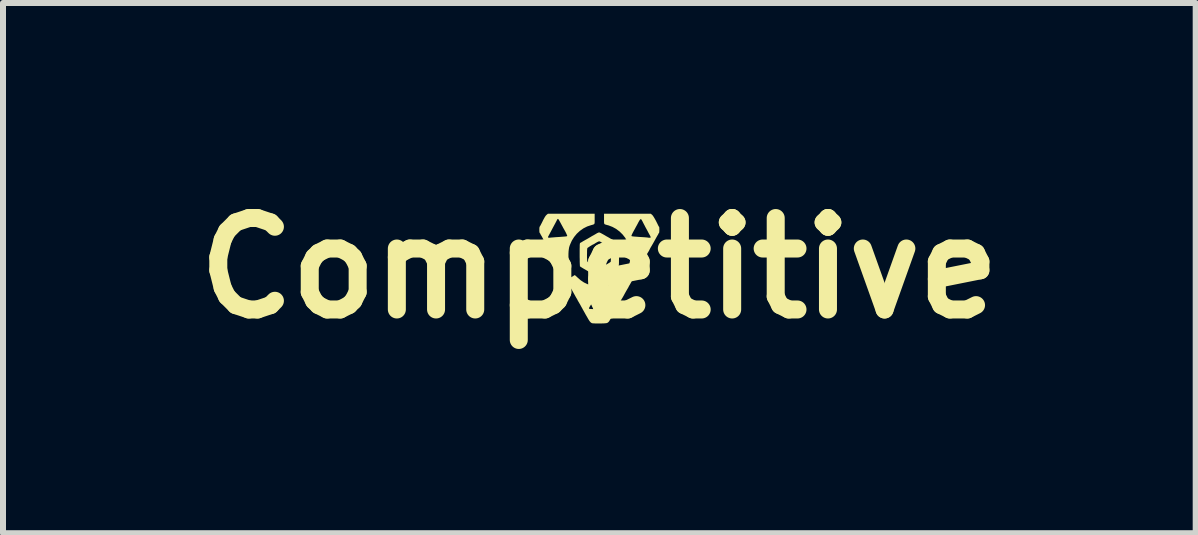
<source format=kicad_pcb>
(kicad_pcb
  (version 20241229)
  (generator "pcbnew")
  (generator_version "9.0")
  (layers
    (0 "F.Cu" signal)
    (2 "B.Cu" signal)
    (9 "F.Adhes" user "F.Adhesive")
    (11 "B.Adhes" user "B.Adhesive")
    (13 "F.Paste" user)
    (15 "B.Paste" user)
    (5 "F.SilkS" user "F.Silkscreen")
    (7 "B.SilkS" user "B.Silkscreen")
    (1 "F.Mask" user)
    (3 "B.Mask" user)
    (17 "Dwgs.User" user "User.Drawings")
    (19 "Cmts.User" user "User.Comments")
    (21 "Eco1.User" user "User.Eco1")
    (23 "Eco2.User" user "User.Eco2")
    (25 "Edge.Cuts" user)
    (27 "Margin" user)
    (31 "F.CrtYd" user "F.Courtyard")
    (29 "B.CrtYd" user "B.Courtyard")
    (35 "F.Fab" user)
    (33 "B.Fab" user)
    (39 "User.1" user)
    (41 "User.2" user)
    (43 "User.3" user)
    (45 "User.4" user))
  (footprint "Competitive"
    (layer "F.Cu")
    (at 6.938 1.418)
    (property "Reference" "Competitive" (at 0 0 0) (layer "F.SilkS") (effects (font (size 1.524 1.524) (thickness 0.3))))
    (attr board_only exclude_from_pos_files exclude_from_bom)
    (fp_poly (pts (xy -0.078 -0.82) (xy -0.078 -0.787) (xy -0.078 -0.763) (xy -0.08 -0.747) (xy -0.084 -0.737) (xy -0.092 -0.73) (xy -0.104 -0.725) (xy -0.122 -0.72) (xy -0.137 -0.716) (xy -0.203 -0.694) (xy -0.266 -0.662) (xy -0.324 -0.621) (xy -0.376 -0.573) (xy -0.421 -0.518) (xy -0.458 -0.459) (xy -0.465 -0.444) (xy -0.482 -0.406) (xy -0.495 -0.374) (xy -0.504 -0.344) (xy -0.509 -0.313) (xy -0.513 -0.279) (xy -0.515 -0.237) (xy -0.515 -0.231) (xy -0.515 -0.173) (xy -0.511 -0.124) (xy -0.504 -0.083) (xy -0.492 -0.047) (xy -0.491 -0.046) (xy -0.486 -0.032) (xy -0.483 -0.023) (xy -0.483 -0.022) (xy -0.488 -0.018) (xy -0.5 -0.009) (xy -0.517 0.003) (xy -0.538 0.016) (xy -0.56 0.03) (xy -0.582 0.042) (xy -0.6 0.053) (xy -0.613 0.059) (xy -0.619 0.061) (xy -0.629 0.057) (xy -0.632 0.054) (xy -0.637 0.047) (xy -0.644 0.034) (xy -0.656 0.014) (xy -0.671 -0.014) (xy -0.685 -0.039) (xy -0.694 -0.056) (xy -0.707 -0.079) (xy -0.722 -0.106) (xy -0.738 -0.133) (xy -0.753 -0.16) (xy -0.767 -0.185) (xy -0.779 -0.207) (xy -0.788 -0.222) (xy -0.788 -0.222) (xy -0.799 -0.242) (xy -0.81 -0.261) (xy -0.814 -0.267) (xy -0.824 -0.284) (xy -0.835 -0.304) (xy -0.838 -0.311) (xy -0.847 -0.328) (xy -0.855 -0.343) (xy -0.857 -0.347) (xy -0.878 -0.381) (xy -0.9 -0.421) (xy -0.927 -0.468) (xy -0.938 -0.489) (xy -0.95 -0.51) (xy -0.952 -0.514) (xy -0.856 -0.514) (xy -0.851 -0.508) (xy -0.837 -0.506) (xy -0.815 -0.508) (xy -0.794 -0.51) (xy -0.765 -0.512) (xy -0.733 -0.515) (xy -0.7 -0.517) (xy -0.7 -0.517) (xy -0.653 -0.52) (xy -0.616 -0.523) (xy -0.588 -0.525) (xy -0.567 -0.527) (xy -0.552 -0.529) (xy -0.543 -0.531) (xy -0.538 -0.533) (xy -0.536 -0.536) (xy -0.535 -0.536) (xy -0.537 -0.544) (xy -0.543 -0.558) (xy -0.552 -0.579) (xy -0.564 -0.603) (xy -0.578 -0.628) (xy -0.592 -0.653) (xy -0.597 -0.662) (xy -0.603 -0.672) (xy -0.611 -0.688) (xy -0.62 -0.704) (xy -0.642 -0.745) (xy -0.66 -0.778) (xy -0.673 -0.801) (xy -0.682 -0.814) (xy -0.686 -0.818) (xy -0.691 -0.82) (xy -0.697 -0.817) (xy -0.704 -0.806) (xy -0.712 -0.79) (xy -0.721 -0.773) (xy -0.733 -0.75) (xy -0.746 -0.726) (xy -0.751 -0.717) (xy -0.766 -0.689) (xy -0.783 -0.657) (xy -0.799 -0.627) (xy -0.803 -0.619) (xy -0.816 -0.595) (xy -0.828 -0.572) (xy -0.839 -0.552) (xy -0.842 -0.546) (xy -0.853 -0.526) (xy -0.856 -0.514) (xy -0.952 -0.514) (xy -0.961 -0.531) (xy -0.97 -0.546) (xy -0.978 -0.559) (xy -0.983 -0.569) (xy -0.983 -0.571) (xy -0.987 -0.579) (xy -0.992 -0.583) (xy -0.996 -0.59) (xy -0.999 -0.603) (xy -1 -0.625) (xy -1 -0.639) (xy -1 -0.661) (xy -0.998 -0.678) (xy -0.996 -0.688) (xy -0.995 -0.69) (xy -0.991 -0.695) (xy -0.983 -0.708) (xy -0.974 -0.725) (xy -0.952 -0.768) (xy -0.935 -0.803) (xy -0.92 -0.83) (xy -0.909 -0.85) (xy -0.899 -0.865) (xy -0.891 -0.876) (xy -0.883 -0.884) (xy -0.878 -0.889) (xy -0.857 -0.906) (xy -0.078 -0.906)) (stroke (width 0) (type solid)) (fill yes) (layer "F.SilkS"))
    (fp_poly (pts (xy 0.878 -0.889) (xy 0.89 -0.876) (xy 0.905 -0.854) (xy 0.923 -0.824) (xy 0.943 -0.788) (xy 0.964 -0.746) (xy 0.983 -0.707) (xy 0.989 -0.695) (xy 0.995 -0.689) (xy 0.996 -0.689) (xy 0.998 -0.684) (xy 0.999 -0.67) (xy 1 -0.65) (xy 1 -0.64) (xy 0.999 -0.613) (xy 0.998 -0.596) (xy 0.994 -0.586) (xy 0.992 -0.583) (xy 0.985 -0.575) (xy 0.983 -0.571) (xy 0.981 -0.564) (xy 0.974 -0.551) (xy 0.97 -0.546) (xy 0.961 -0.53) (xy 0.949 -0.509) (xy 0.938 -0.489) (xy 0.91 -0.438) (xy 0.886 -0.396) (xy 0.865 -0.36) (xy 0.857 -0.347) (xy 0.851 -0.336) (xy 0.842 -0.319) (xy 0.838 -0.311) (xy 0.828 -0.291) (xy 0.817 -0.272) (xy 0.814 -0.267) (xy 0.803 -0.25) (xy 0.792 -0.229) (xy 0.788 -0.222) (xy 0.78 -0.208) (xy 0.768 -0.186) (xy 0.753 -0.161) (xy 0.738 -0.134) (xy 0.738 -0.133) (xy 0.722 -0.106) (xy 0.707 -0.079) (xy 0.694 -0.056) (xy 0.685 -0.039) (xy 0.666 -0.005) (xy 0.653 0.02) (xy 0.642 0.038) (xy 0.635 0.049) (xy 0.629 0.056) (xy 0.625 0.06) (xy 0.621 0.061) (xy 0.617 0.061) (xy 0.609 0.058) (xy 0.594 0.05) (xy 0.574 0.038) (xy 0.551 0.024) (xy 0.549 0.023) (xy 0.526 0.009) (xy 0.507 -0.004) (xy 0.493 -0.013) (xy 0.486 -0.018) (xy 0.486 -0.018) (xy 0.485 -0.025) (xy 0.488 -0.038) (xy 0.49 -0.043) (xy 0.502 -0.078) (xy 0.51 -0.117) (xy 0.515 -0.162) (xy 0.515 -0.215) (xy 0.515 -0.231) (xy 0.513 -0.274) (xy 0.51 -0.309) (xy 0.505 -0.34) (xy 0.496 -0.37) (xy 0.484 -0.402) (xy 0.468 -0.439) (xy 0.465 -0.444) (xy 0.431 -0.505) (xy 0.405 -0.538) (xy 0.535 -0.538) (xy 0.535 -0.536) (xy 0.537 -0.534) (xy 0.54 -0.532) (xy 0.546 -0.53) (xy 0.555 -0.529) (xy 0.57 -0.527) (xy 0.592 -0.525) (xy 0.621 -0.523) (xy 0.658 -0.52) (xy 0.705 -0.517) (xy 0.708 -0.517) (xy 0.74 -0.515) (xy 0.767 -0.513) (xy 0.789 -0.511) (xy 0.804 -0.509) (xy 0.808 -0.509) (xy 0.817 -0.507) (xy 0.832 -0.506) (xy 0.835 -0.506) (xy 0.85 -0.507) (xy 0.855 -0.512) (xy 0.856 -0.514) (xy 0.853 -0.524) (xy 0.847 -0.538) (xy 0.845 -0.541) (xy 0.838 -0.554) (xy 0.827 -0.573) (xy 0.814 -0.597) (xy 0.805 -0.615) (xy 0.791 -0.641) (xy 0.776 -0.668) (xy 0.763 -0.692) (xy 0.758 -0.703) (xy 0.746 -0.725) (xy 0.732 -0.752) (xy 0.72 -0.776) (xy 0.709 -0.796) (xy 0.701 -0.809) (xy 0.694 -0.816) (xy 0.686 -0.815) (xy 0.677 -0.807) (xy 0.666 -0.79) (xy 0.651 -0.764) (xy 0.635 -0.733) (xy 0.622 -0.709) (xy 0.609 -0.686) (xy 0.599 -0.667) (xy 0.596 -0.661) (xy 0.573 -0.62) (xy 0.556 -0.588) (xy 0.544 -0.564) (xy 0.537 -0.547) (xy 0.535 -0.538) (xy 0.405 -0.538) (xy 0.388 -0.56) (xy 0.337 -0.61) (xy 0.28 -0.653) (xy 0.218 -0.687) (xy 0.153 -0.712) (xy 0.137 -0.716) (xy 0.115 -0.722) (xy 0.099 -0.727) (xy 0.088 -0.732) (xy 0.082 -0.74) (xy 0.079 -0.752) (xy 0.078 -0.771) (xy 0.078 -0.798) (xy 0.078 -0.82) (xy 0.078 -0.906) (xy 0.857 -0.906)) (stroke (width 0) (type solid)) (fill yes) (layer "F.SilkS"))
    (fp_poly (pts (xy -0.001 -0.594) (xy 0.004 -0.593) (xy 0.011 -0.59) (xy 0.022 -0.585) (xy 0.037 -0.577) (xy 0.057 -0.566) (xy 0.084 -0.551) (xy 0.119 -0.53) (xy 0.136 -0.521) (xy 0.164 -0.505) (xy 0.189 -0.49) (xy 0.209 -0.479) (xy 0.223 -0.471) (xy 0.228 -0.468) (xy 0.24 -0.461) (xy 0.258 -0.451) (xy 0.269 -0.444) (xy 0.287 -0.434) (xy 0.302 -0.425) (xy 0.309 -0.421) (xy 0.32 -0.412) (xy 0.324 -0.403) (xy 0.325 -0.395) (xy 0.326 -0.377) (xy 0.327 -0.351) (xy 0.327 -0.318) (xy 0.327 -0.28) (xy 0.328 -0.237) (xy 0.328 -0.216) (xy 0.328 -0.164) (xy 0.327 -0.122) (xy 0.327 -0.089) (xy 0.326 -0.064) (xy 0.324 -0.047) (xy 0.323 -0.037) (xy 0.321 -0.032) (xy 0.313 -0.026) (xy 0.298 -0.016) (xy 0.279 -0.004) (xy 0.269 0.001) (xy 0.248 0.013) (xy 0.22 0.029) (xy 0.189 0.047) (xy 0.158 0.065) (xy 0.15 0.07) (xy 0.123 0.085) (xy 0.098 0.099) (xy 0.078 0.111) (xy 0.065 0.119) (xy 0.061 0.121) (xy 0.048 0.128) (xy 0.03 0.138) (xy 0.025 0.142) (xy 0.011 0.15) (xy -0.000242 0.155) (xy -0.003 0.155) (xy -0.01 0.153) (xy -0.024 0.146) (xy -0.043 0.136) (xy -0.051 0.131) (xy -0.071 0.119) (xy -0.086 0.111) (xy -0.095 0.106) (xy -0.097 0.106) (xy -0.103 0.103) (xy -0.115 0.096) (xy -0.132 0.086) (xy -0.135 0.084) (xy -0.154 0.073) (xy -0.178 0.058) (xy -0.207 0.041) (xy -0.236 0.024) (xy -0.245 0.019) (xy -0.271 0.004) (xy -0.294 -0.01) (xy -0.311 -0.021) (xy -0.321 -0.028) (xy -0.324 -0.03) (xy -0.324 -0.037) (xy -0.325 -0.053) (xy -0.326 -0.078) (xy -0.327 -0.111) (xy -0.327 -0.149) (xy -0.328 -0.181) (xy -0.206 -0.181) (xy -0.205 -0.153) (xy -0.204 -0.132) (xy -0.201 -0.117) (xy -0.197 -0.107) (xy -0.19 -0.099) (xy -0.18 -0.092) (xy -0.167 -0.085) (xy -0.164 -0.083) (xy -0.146 -0.073) (xy -0.128 -0.063) (xy -0.125 -0.061) (xy -0.109 -0.051) (xy -0.09 -0.041) (xy -0.088 -0.04) (xy -0.066 -0.027) (xy -0.051 -0.019) (xy -0.04 -0.012) (xy -0.031 -0.006) (xy -0.028 -0.004) (xy -0.016 0.003) (xy -0.005 0.005) (xy 0.01 -0.000074) (xy 0.024 -0.007) (xy 0.069 -0.033) (xy 0.106 -0.054) (xy 0.135 -0.07) (xy 0.156 -0.083) (xy 0.171 -0.092) (xy 0.181 -0.099) (xy 0.187 -0.103) (xy 0.188 -0.104) (xy 0.19 -0.112) (xy 0.191 -0.129) (xy 0.193 -0.153) (xy 0.194 -0.182) (xy 0.194 -0.213) (xy 0.195 -0.245) (xy 0.194 -0.275) (xy 0.194 -0.301) (xy 0.193 -0.322) (xy 0.191 -0.334) (xy 0.19 -0.337) (xy 0.183 -0.343) (xy 0.17 -0.352) (xy 0.164 -0.355) (xy 0.148 -0.364) (xy 0.136 -0.371) (xy 0.133 -0.372) (xy 0.113 -0.385) (xy 0.09 -0.398) (xy 0.065 -0.412) (xy 0.043 -0.425) (xy 0.024 -0.436) (xy 0.012 -0.442) (xy 0.01 -0.443) (xy 0.001 -0.446) (xy -0.009 -0.445) (xy -0.022 -0.44) (xy -0.04 -0.431) (xy -0.064 -0.417) (xy -0.079 -0.407) (xy -0.092 -0.4) (xy -0.101 -0.395) (xy -0.102 -0.394) (xy -0.109 -0.392) (xy -0.123 -0.384) (xy -0.14 -0.374) (xy -0.159 -0.362) (xy -0.177 -0.35) (xy -0.191 -0.341) (xy -0.198 -0.335) (xy -0.199 -0.334) (xy -0.201 -0.327) (xy -0.203 -0.313) (xy -0.205 -0.29) (xy -0.205 -0.258) (xy -0.206 -0.219) (xy -0.206 -0.181) (xy -0.328 -0.181) (xy -0.328 -0.191) (xy -0.328 -0.227) (xy -0.328 -0.278) (xy -0.328 -0.319) (xy -0.327 -0.351) (xy -0.327 -0.376) (xy -0.326 -0.394) (xy -0.325 -0.406) (xy -0.323 -0.414) (xy -0.321 -0.418) (xy -0.319 -0.42) (xy -0.318 -0.421) (xy -0.306 -0.426) (xy -0.294 -0.434) (xy -0.282 -0.441) (xy -0.264 -0.452) (xy -0.251 -0.459) (xy -0.234 -0.469) (xy -0.219 -0.477) (xy -0.212 -0.481) (xy -0.203 -0.486) (xy -0.187 -0.495) (xy -0.169 -0.506) (xy -0.151 -0.516) (xy -0.135 -0.526) (xy -0.125 -0.532) (xy -0.112 -0.539) (xy -0.106 -0.543) (xy -0.097 -0.547) (xy -0.082 -0.556) (xy -0.063 -0.567) (xy -0.058 -0.57) (xy -0.038 -0.582) (xy -0.02 -0.59) (xy -0.008 -0.594) (xy -0.006 -0.594)) (stroke (width 0) (type solid)) (fill yes) (layer "F.SilkS"))
    (fp_poly (pts (xy 0.418 0.12) (xy 0.428 0.127) (xy 0.441 0.136) (xy 0.45 0.141) (xy 0.462 0.147) (xy 0.469 0.152) (xy 0.48 0.158) (xy 0.496 0.167) (xy 0.512 0.177) (xy 0.529 0.187) (xy 0.54 0.197) (xy 0.544 0.203) (xy 0.542 0.211) (xy 0.536 0.225) (xy 0.524 0.247) (xy 0.508 0.276) (xy 0.499 0.29) (xy 0.491 0.305) (xy 0.485 0.316) (xy 0.483 0.32) (xy 0.481 0.326) (xy 0.474 0.337) (xy 0.47 0.343) (xy 0.458 0.364) (xy 0.443 0.39) (xy 0.424 0.424) (xy 0.407 0.456) (xy 0.395 0.477) (xy 0.383 0.498) (xy 0.374 0.512) (xy 0.366 0.525) (xy 0.362 0.534) (xy 0.361 0.536) (xy 0.358 0.541) (xy 0.351 0.554) (xy 0.341 0.572) (xy 0.336 0.58) (xy 0.325 0.599) (xy 0.316 0.615) (xy 0.312 0.624) (xy 0.311 0.625) (xy 0.308 0.631) (xy 0.302 0.643) (xy 0.298 0.649) (xy 0.289 0.664) (xy 0.277 0.685) (xy 0.265 0.706) (xy 0.245 0.743) (xy 0.229 0.772) (xy 0.218 0.792) (xy 0.211 0.802) (xy 0.211 0.803) (xy 0.207 0.81) (xy 0.198 0.824) (xy 0.189 0.842) (xy 0.175 0.866) (xy 0.164 0.885) (xy 0.152 0.899) (xy 0.14 0.909) (xy 0.124 0.916) (xy 0.103 0.919) (xy 0.076 0.921) (xy 0.042 0.922) (xy 0 0.922) (xy -0.04 0.922) (xy -0.071 0.922) (xy -0.094 0.921) (xy -0.11 0.92) (xy -0.121 0.918) (xy -0.129 0.915) (xy -0.134 0.912) (xy -0.148 0.901) (xy -0.161 0.886) (xy -0.175 0.865) (xy -0.189 0.842) (xy -0.199 0.824) (xy -0.207 0.81) (xy -0.211 0.803) (xy -0.216 0.795) (xy -0.224 0.781) (xy -0.231 0.769) (xy -0.24 0.752) (xy -0.253 0.729) (xy -0.267 0.704) (xy -0.274 0.692) (xy -0.286 0.669) (xy -0.172 0.669) (xy -0.172 0.674) (xy -0.171 0.676) (xy -0.167 0.678) (xy -0.159 0.68) (xy -0.145 0.681) (xy -0.125 0.682) (xy -0.097 0.682) (xy -0.06 0.682) (xy -0.014 0.682) (xy 0.002 0.682) (xy 0.169 0.681) (xy 0.169 0.667) (xy 0.166 0.657) (xy 0.157 0.64) (xy 0.144 0.617) (xy 0.127 0.59) (xy 0.111 0.564) (xy 0.091 0.533) (xy 0.071 0.503) (xy 0.054 0.476) (xy 0.04 0.454) (xy 0.031 0.44) (xy 0.017 0.419) (xy 0.005 0.408) (xy -0.00003 0.406) (xy -0.009 0.41) (xy -0.021 0.425) (xy -0.038 0.45) (xy -0.039 0.451) (xy -0.055 0.478) (xy -0.074 0.507) (xy -0.091 0.534) (xy -0.094 0.539) (xy -0.12 0.578) (xy -0.139 0.608) (xy -0.154 0.632) (xy -0.164 0.649) (xy -0.17 0.661) (xy -0.172 0.669) (xy -0.286 0.669) (xy -0.288 0.666) (xy -0.302 0.641) (xy -0.314 0.619) (xy -0.318 0.611) (xy -0.33 0.591) (xy -0.342 0.57) (xy -0.348 0.56) (xy -0.356 0.547) (xy -0.361 0.538) (xy -0.361 0.536) (xy -0.364 0.53) (xy -0.371 0.518) (xy -0.374 0.512) (xy -0.384 0.496) (xy -0.396 0.475) (xy -0.405 0.458) (xy -0.418 0.435) (xy -0.432 0.41) (xy -0.441 0.394) (xy -0.452 0.374) (xy -0.464 0.354) (xy -0.47 0.343) (xy -0.478 0.33) (xy -0.483 0.321) (xy -0.483 0.32) (xy -0.486 0.314) (xy -0.493 0.302) (xy -0.499 0.29) (xy -0.518 0.258) (xy -0.531 0.234) (xy -0.539 0.217) (xy -0.543 0.206) (xy -0.543 0.198) (xy -0.539 0.193) (xy -0.532 0.189) (xy -0.532 0.189) (xy -0.525 0.185) (xy -0.517 0.181) (xy -0.507 0.175) (xy -0.492 0.166) (xy -0.473 0.154) (xy -0.459 0.145) (xy -0.449 0.14) (xy -0.446 0.139) (xy -0.44 0.136) (xy -0.43 0.128) (xy -0.429 0.128) (xy -0.418 0.12) (xy -0.41 0.117) (xy -0.41 0.117) (xy -0.404 0.12) (xy -0.393 0.13) (xy -0.377 0.144) (xy -0.368 0.153) (xy -0.313 0.201) (xy -0.257 0.239) (xy -0.196 0.268) (xy -0.129 0.289) (xy -0.059 0.303) (xy -0.03 0.307) (xy -0.007 0.308) (xy 0.015 0.308) (xy 0.039 0.305) (xy 0.06 0.303) (xy 0.101 0.296) (xy 0.135 0.289) (xy 0.165 0.28) (xy 0.196 0.267) (xy 0.232 0.251) (xy 0.236 0.249) (xy 0.288 0.218) (xy 0.339 0.179) (xy 0.371 0.15) (xy 0.386 0.135) (xy 0.4 0.123) (xy 0.408 0.117) (xy 0.41 0.117)) (stroke (width 0) (type solid)) (fill yes) (layer "F.SilkS")))
  (gr_rect
    (start -3 -3)
    (end 16.876 5.836)
    (stroke (width 0.1) (type default))
    (fill no)
    (layer "Edge.Cuts")))
</source>
